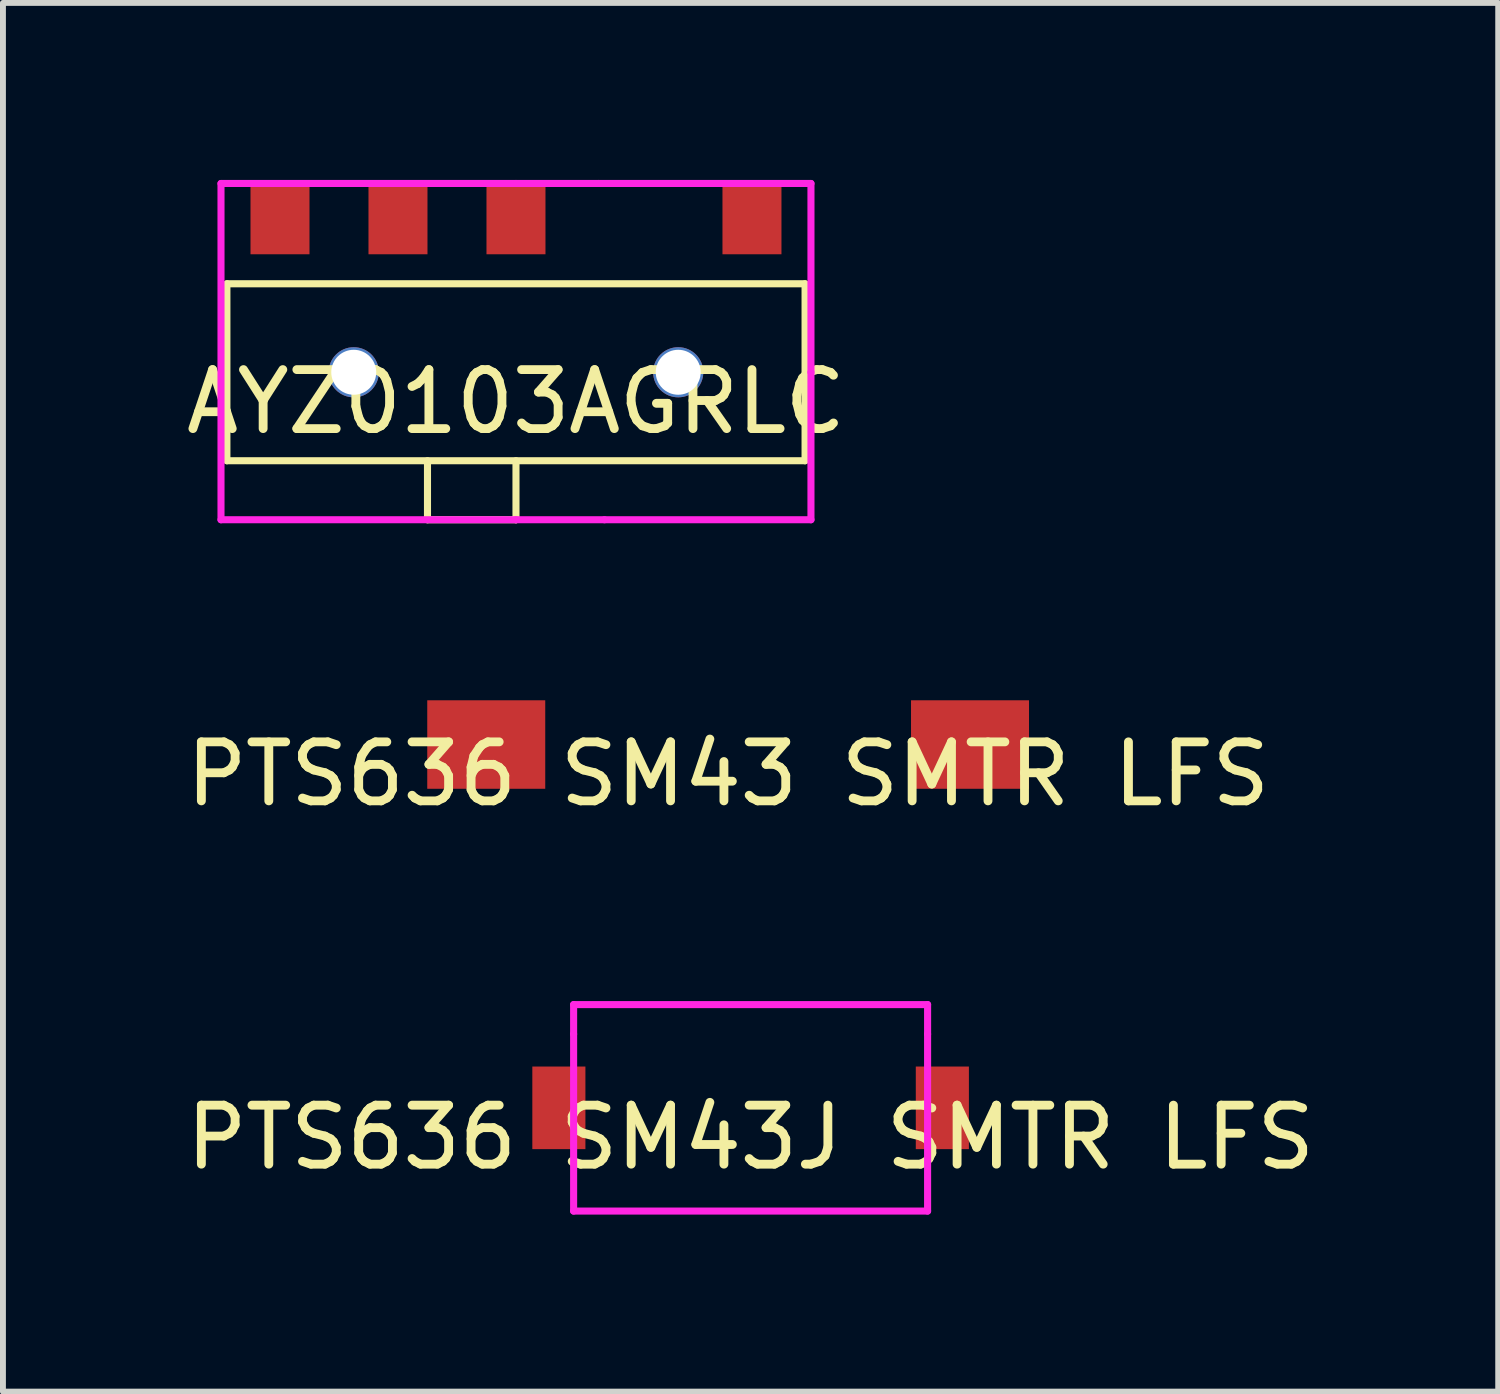
<source format=kicad_pcb>
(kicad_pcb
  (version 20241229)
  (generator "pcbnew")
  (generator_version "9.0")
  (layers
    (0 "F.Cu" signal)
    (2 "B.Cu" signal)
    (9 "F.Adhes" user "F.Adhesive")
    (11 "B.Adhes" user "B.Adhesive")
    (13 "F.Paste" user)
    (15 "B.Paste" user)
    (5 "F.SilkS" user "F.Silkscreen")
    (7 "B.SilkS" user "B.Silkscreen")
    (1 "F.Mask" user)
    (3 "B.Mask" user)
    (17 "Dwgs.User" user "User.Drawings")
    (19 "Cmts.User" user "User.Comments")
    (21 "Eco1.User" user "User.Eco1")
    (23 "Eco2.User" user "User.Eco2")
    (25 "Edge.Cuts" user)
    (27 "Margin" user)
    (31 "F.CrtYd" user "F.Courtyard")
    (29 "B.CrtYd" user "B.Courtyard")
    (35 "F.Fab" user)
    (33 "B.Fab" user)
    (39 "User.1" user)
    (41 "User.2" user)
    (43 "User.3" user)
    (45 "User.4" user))
  (footprint "AYZ0103AGRLC"
    (layer "F.Cu")
    (at 5.696 3.26)
    (property "Reference" "AYZ0103AGRLC" (at 0 0.5 0) (layer "F.SilkS") (effects (font (size 1 1) (thickness 0.15))))
    (attr through_hole)
    (fp_line (start -4.9 -1.5) (end -4.9 1.5) (stroke (width 0.12) (type solid)) (layer "F.SilkS"))
    (fp_line (start -4.9 1.5) (end 4.9 1.5) (stroke (width 0.12) (type solid)) (layer "F.SilkS"))
    (fp_line (start -1.5 2.5) (end -1.5 1.5) (stroke (width 0.12) (type solid)) (layer "F.SilkS"))
    (fp_line (start 0 1.5) (end 0 2.5) (stroke (width 0.12) (type solid)) (layer "F.SilkS"))
    (fp_line (start 0 2.5) (end -1.5 2.5) (stroke (width 0.12) (type solid)) (layer "F.SilkS"))
    (fp_line (start 4.9 -1.5) (end -4.9 -1.5) (stroke (width 0.12) (type solid)) (layer "F.SilkS"))
    (fp_line (start 4.9 1.5) (end 4.9 -1.5) (stroke (width 0.12) (type solid)) (layer "F.SilkS"))
    (fp_line (start -5 -3.2) (end -5 2.5) (stroke (width 0.12) (type solid)) (layer "F.CrtYd"))
    (fp_line (start -5 2.5) (end 0 2.5) (stroke (width 0.12) (type solid)) (layer "F.CrtYd"))
    (fp_line (start 0 -3.2) (end -5 -3.2) (stroke (width 0.12) (type solid)) (layer "F.CrtYd"))
    (fp_line (start 0 -3.2) (end 1.4 -3.2) (stroke (width 0.12) (type solid)) (layer "F.CrtYd"))
    (fp_line (start 0 2.5) (end 1.5 2.5) (stroke (width 0.12) (type solid)) (layer "F.CrtYd"))
    (fp_line (start 1.5 2.5) (end 5 2.5) (stroke (width 0.12) (type solid)) (layer "F.CrtYd"))
    (fp_line (start 5 -3.2) (end 1.4 -3.2) (stroke (width 0.12) (type solid)) (layer "F.CrtYd"))
    (fp_line (start 5 0) (end 5 -3.2) (stroke (width 0.12) (type solid)) (layer "F.CrtYd"))
    (fp_line (start 5 2.5) (end 5 0) (stroke (width 0.12) (type solid)) (layer "F.CrtYd"))
    (pad "" np_thru_hole circle (at -2.75 0) (size 0.85 0.85) (drill 0.762) (layers "*.Cu" "*.Mask"))
    (pad "" np_thru_hole circle (at 2.75 0) (size 0.85 0.85) (drill 0.762) (layers "*.Cu" "*.Mask"))
    (pad "1" smd rect (at -4 -2.6) (size 1 1.2) (layers "F.Cu" "F.Mask" "F.Paste"))
    (pad "2" smd rect (at -2 -2.6) (size 1 1.2) (layers "F.Cu" "F.Mask" "F.Paste"))
    (pad "3" smd rect (at 0 -2.6) (size 1 1.2) (layers "F.Cu" "F.Mask" "F.Paste"))
    (pad "4" smd rect (at 4 -2.6) (size 1 1.2) (layers "F.Cu" "F.Mask" "F.Paste")))
  (footprint "PTS636 SM43J SMTR LFS"
    (layer "F.Cu")
    (at 9.673 15.728)
    (property "Reference" "PTS636 SM43J SMTR LFS" (at 0 0.5 0) (layer "F.SilkS") (effects (font (size 1 1) (thickness 0.15))))
    (attr through_hole)
    (fp_line (start -3 -1.75) (end -3 -1.25) (stroke (width 0.12) (type solid)) (layer "F.CrtYd"))
    (fp_line (start -3 1.75) (end -3 -1.25) (stroke (width 0.12) (type solid)) (layer "F.CrtYd"))
    (fp_line (start 3 -1.75) (end -3 -1.75) (stroke (width 0.12) (type solid)) (layer "F.CrtYd"))
    (fp_line (start 3 -1.25) (end 3 -1.75) (stroke (width 0.12) (type solid)) (layer "F.CrtYd"))
    (fp_line (start 3 -1.25) (end 3 1.75) (stroke (width 0.12) (type solid)) (layer "F.CrtYd"))
    (fp_line (start 3 1.75) (end -3 1.75) (stroke (width 0.12) (type solid)) (layer "F.CrtYd"))
    (pad "1" smd rect (at 3.25 0) (size 0.9 1.4) (layers "F.Cu" "F.Mask" "F.Paste"))
    (pad "2" smd rect (at -3.25 0) (size 0.9 1.4) (layers "F.Cu" "F.Mask" "F.Paste")))
  (footprint "PTS636 SM43 SMTR LFS"
    (layer "F.Cu")
    (at 9.292 9.57)
    (property "Reference" "PTS636 SM43 SMTR LFS" (at 0 0.5 0) (layer "F.SilkS") (effects (font (size 1 1) (thickness 0.15))))
    (attr through_hole)
    (pad "1" smd rect (at -4.1 0) (size 2 1.5) (layers "F.Cu" "F.Mask" "F.Paste"))
    (pad "2" smd rect (at 4.1 0) (size 2 1.5) (layers "F.Cu" "F.Mask" "F.Paste")))
  (gr_rect
    (start -3 -3)
    (end 22.345 20.538)
    (stroke (width 0.1) (type default))
    (fill no)
    (layer "Edge.Cuts")))
</source>
